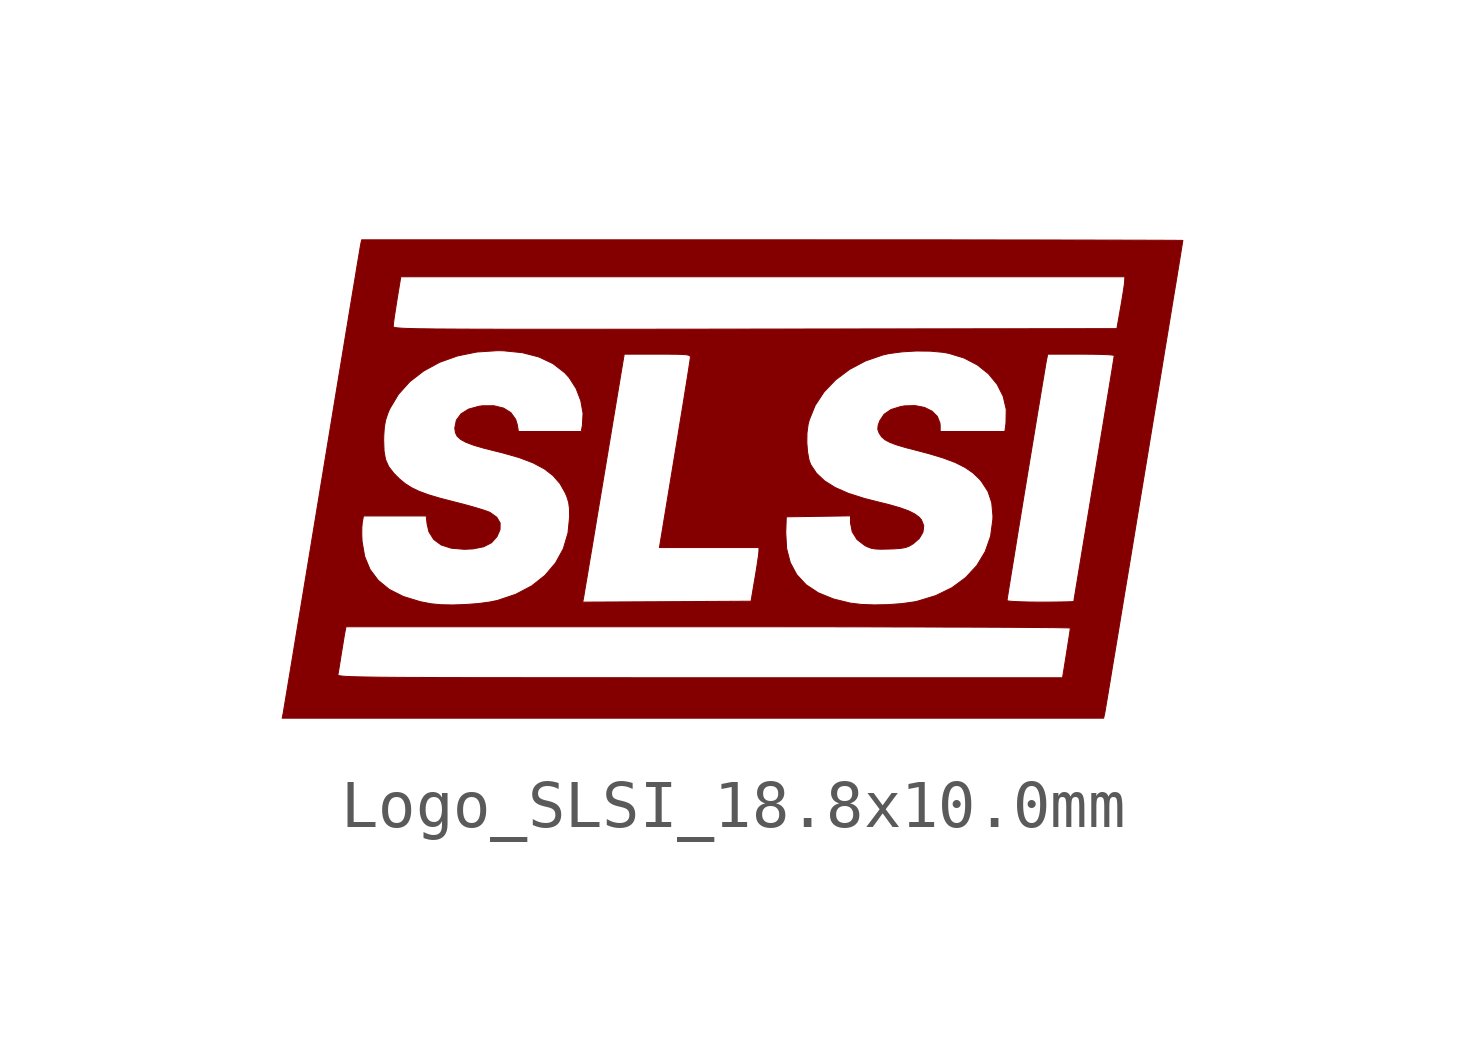
<source format=kicad_sym>
(kicad_symbol_lib
  (version 20231120)
  (generator "kicad_symbol_editor")
  (generator_version "8.0")
  (symbol "Logo_SLSI_18.8x10.0mm"
    (pin_names
      (offset 1.016))
    (property "Reference" "#SYM"
      (at 0 4.35 0)
      (effects (font (size 1.27 1.27)) (hide yes)))
    (symbol "Logo_SLSI_18.8x10.0mm_0_0"
      (polyline (pts (xy 7.751 -4.902) (xy 7.753 -4.892) (xy 7.766 -4.82) (xy 7.789 -4.683) (xy 7.822 -4.487) (xy 7.864 -4.235) (xy 7.913 -3.934) (xy 7.971 -3.589) (xy 8.035 -3.205) (xy 8.104 -2.786) (xy 8.178 -2.338) (xy 8.257 -1.866) (xy 8.338 -1.375) (xy 8.421 -0.87) (xy 8.506 -0.355) (xy 8.592 0.163) (xy 8.677 0.679) (xy 8.761 1.19) (xy 8.844 1.688) (xy 8.924 2.171) (xy 8.999 2.632) (xy 9.071 3.066) (xy 9.137 3.469) (xy 9.197 3.834) (xy 9.251 4.158) (xy 9.296 4.435) (xy 9.333 4.66) (xy 9.36 4.828) (xy 9.377 4.934) (xy 9.383 4.972) (xy 9.362 4.973) (xy 9.273 4.974) (xy 9.116 4.975) (xy 8.895 4.976) (xy 8.612 4.977) (xy 8.271 4.978) (xy 7.876 4.979) (xy 7.429 4.98) (xy 6.933 4.981) (xy 6.393 4.982) (xy 5.81 4.982) (xy 5.189 4.983) (xy 4.532 4.984) (xy 3.842 4.984) (xy 3.124 4.984) (xy 2.379 4.984) (xy 1.612 4.985) (xy 0.825 4.985) (xy -7.732 4.985) (xy -7.75 4.902) (xy -7.752 4.894) (xy -7.764 4.823) (xy -7.787 4.686) (xy -7.821 4.487) (xy -7.863 4.229) (xy -7.915 3.918) (xy -7.975 3.558) (xy -8.037 3.179) (xy -7.074 3.179) (xy -7.074 3.186) (xy -7.067 3.257) (xy -7.05 3.382) (xy -7.025 3.544) (xy -6.996 3.729) (xy -6.916 4.215) (xy 0.629 4.215) (xy 8.174 4.215) (xy 8.171 4.133) (xy 8.171 4.13) (xy 8.164 4.06) (xy 8.146 3.936) (xy 8.12 3.774) (xy 8.089 3.592) (xy 8.008 3.134) (xy 0.467 3.125) (xy -0.042 3.124) (xy -0.877 3.123) (xy -1.644 3.122) (xy -2.345 3.122) (xy -2.982 3.121) (xy -3.56 3.121) (xy -4.081 3.121) (xy -4.548 3.121) (xy -4.964 3.122) (xy -5.332 3.123) (xy -5.655 3.124) (xy -5.935 3.126) (xy -6.176 3.127) (xy -6.381 3.13) (xy -6.553 3.132) (xy -6.693 3.136) (xy -6.807 3.139) (xy -6.895 3.143) (xy -6.962 3.148) (xy -7.01 3.153) (xy -7.043 3.159) (xy -7.062 3.165) (xy -7.072 3.172) (xy -7.074 3.179) (xy -8.037 3.179) (xy -8.042 3.153) (xy -8.115 2.707) (xy -8.195 2.225) (xy -8.28 1.711) (xy -8.369 1.169) (xy -8.462 0.603) (xy -8.558 0.018) (xy -8.593 -0.192) (xy -8.688 -0.771) (xy -8.751 -1.153) (xy -7.73 -1.153) (xy -7.728 -1.008) (xy -7.719 -0.902) (xy -7.694 -0.77) (xy -7.04 -0.77) (xy -6.387 -0.77) (xy -6.368 -0.939) (xy -6.33 -1.1) (xy -6.23 -1.26) (xy -6.074 -1.375) (xy -5.861 -1.443) (xy -5.591 -1.465) (xy -5.408 -1.456) (xy -5.189 -1.412) (xy -5.025 -1.328) (xy -4.912 -1.202) (xy -4.848 -1.055) (xy -4.846 -0.916) (xy -4.916 -0.797) (xy -5.056 -0.697) (xy -5.097 -0.68) (xy -5.216 -0.639) (xy -5.381 -0.589) (xy -5.576 -0.535) (xy -5.785 -0.481) (xy -5.801 -0.477) (xy -6.103 -0.399) (xy -6.344 -0.327) (xy -6.538 -0.255) (xy -6.694 -0.18) (xy -6.827 -0.095) (xy -6.946 0.004) (xy -7.061 0.119) (xy -7.168 0.257) (xy -7.234 0.404) (xy -7.265 0.58) (xy -7.273 0.806) (xy -7.271 0.903) (xy -7.259 1.083) (xy -7.233 1.228) (xy -7.188 1.364) (xy -7.145 1.465) (xy -6.966 1.764) (xy -6.729 2.028) (xy -6.44 2.251) (xy -6.107 2.432) (xy -5.735 2.565) (xy -5.332 2.647) (xy -4.904 2.675) (xy -4.779 2.673) (xy -4.383 2.633) (xy -4.039 2.544) (xy -3.745 2.405) (xy -3.499 2.214) (xy -3.408 2.114) (xy -3.263 1.887) (xy -3.165 1.632) (xy -3.118 1.371) (xy -3.131 1.121) (xy -3.155 0.99) (xy -3.81 0.99) (xy -4.465 0.99) (xy -4.489 1.134) (xy -4.523 1.246) (xy -4.623 1.384) (xy -4.775 1.478) (xy -4.975 1.527) (xy -5.215 1.526) (xy -5.293 1.515) (xy -5.505 1.456) (xy -5.661 1.358) (xy -5.758 1.227) (xy -5.791 1.064) (xy -5.791 1.059) (xy -5.779 0.969) (xy -5.742 0.892) (xy -5.67 0.826) (xy -5.557 0.764) (xy -5.394 0.703) (xy -5.174 0.639) (xy -4.89 0.568) (xy -4.797 0.545) (xy -4.445 0.445) (xy -4.157 0.335) (xy -3.925 0.211) (xy -3.741 0.069) (xy -3.598 -0.096) (xy -3.488 -0.29) (xy -3.456 -0.366) (xy -3.418 -0.485) (xy -3.401 -0.616) (xy -3.398 -0.788) (xy -3.431 -1.123) (xy -3.529 -1.453) (xy -3.691 -1.749) (xy -3.911 -2.008) (xy -4.189 -2.228) (xy -4.522 -2.403) (xy -4.906 -2.532) (xy -5.063 -2.564) (xy -5.077 -2.566) (xy -3.125 -2.566) (xy -3.105 -2.465) (xy -3.101 -2.443) (xy -3.086 -2.351) (xy -3.06 -2.196) (xy -3.024 -1.985) (xy -2.981 -1.724) (xy -2.929 -1.419) (xy -2.872 -1.076) (xy -2.81 -0.701) (xy -2.743 -0.301) (xy -2.673 0.119) (xy -2.26 2.602) (xy -1.57 2.602) (xy -1.356 2.602) (xy -1.17 2.6) (xy -1.04 2.596) (xy -0.956 2.589) (xy -0.907 2.577) (xy -0.885 2.561) (xy -0.881 2.538) (xy -0.882 2.523) (xy -0.894 2.442) (xy -0.916 2.298) (xy -0.947 2.1) (xy -0.987 1.853) (xy -1.033 1.565) (xy -1.086 1.243) (xy -1.143 0.893) (xy -1.204 0.522) (xy -1.474 -1.115) (xy 1.107 -1.115) (xy 1.118 -0.788) (xy 1.787 -0.778) (xy 2.456 -0.768) (xy 2.456 -0.907) (xy 2.456 -0.914) (xy 2.493 -1.102) (xy 2.594 -1.263) (xy 2.753 -1.385) (xy 2.802 -1.41) (xy 2.883 -1.442) (xy 2.973 -1.458) (xy 3.093 -1.463) (xy 3.265 -1.459) (xy 3.366 -1.456) (xy 3.507 -1.445) (xy 3.607 -1.427) (xy 3.686 -1.396) (xy 3.767 -1.347) (xy 3.891 -1.238) (xy 3.967 -1.107) (xy 3.983 -0.974) (xy 3.935 -0.851) (xy 3.888 -0.797) (xy 3.797 -0.729) (xy 3.67 -0.665) (xy 3.496 -0.602) (xy 3.267 -0.536) (xy 2.974 -0.463) (xy 2.749 -0.406) (xy 2.41 -0.298) (xy 2.134 -0.176) (xy 1.915 -0.038) (xy 1.748 0.119) (xy 1.627 0.3) (xy 1.592 0.396) (xy 1.561 0.564) (xy 1.546 0.759) (xy 1.549 0.957) (xy 1.572 1.133) (xy 1.596 1.228) (xy 1.719 1.532) (xy 1.905 1.814) (xy 2.147 2.067) (xy 2.437 2.284) (xy 2.768 2.46) (xy 3.134 2.586) (xy 3.26 2.614) (xy 3.529 2.65) (xy 3.824 2.668) (xy 4.118 2.665) (xy 4.381 2.641) (xy 4.505 2.619) (xy 4.823 2.522) (xy 5.1 2.377) (xy 5.332 2.192) (xy 5.513 1.972) (xy 5.638 1.724) (xy 5.702 1.452) (xy 5.697 1.164) (xy 5.674 0.99) (xy 5 0.99) (xy 4.325 0.99) (xy 4.325 1.115) (xy 4.321 1.165) (xy 4.267 1.303) (xy 4.156 1.414) (xy 3.998 1.492) (xy 3.804 1.53) (xy 3.584 1.524) (xy 3.505 1.511) (xy 3.3 1.448) (xy 3.155 1.348) (xy 3.064 1.209) (xy 3.032 1.116) (xy 3.025 1.038) (xy 3.051 0.963) (xy 3.061 0.944) (xy 3.109 0.875) (xy 3.178 0.816) (xy 3.278 0.763) (xy 3.419 0.71) (xy 3.612 0.653) (xy 3.867 0.587) (xy 4.08 0.531) (xy 4.389 0.438) (xy 4.641 0.343) (xy 4.844 0.241) (xy 5.008 0.128) (xy 5.143 -0.001) (xy 5.185 -0.05) (xy 5.322 -0.261) (xy 5.4 -0.495) (xy 5.425 -0.768) (xy 5.423 -0.843) (xy 5.376 -1.193) (xy 5.263 -1.514) (xy 5.089 -1.803) (xy 4.857 -2.054) (xy 4.571 -2.265) (xy 4.233 -2.43) (xy 3.893 -2.534) (xy 5.718 -2.534) (xy 5.723 -2.494) (xy 5.74 -2.389) (xy 5.766 -2.226) (xy 5.801 -2.011) (xy 5.843 -1.754) (xy 5.891 -1.459) (xy 5.943 -1.135) (xy 6 -0.789) (xy 6.059 -0.427) (xy 6.12 -0.058) (xy 6.181 0.313) (xy 6.241 0.677) (xy 6.299 1.027) (xy 6.353 1.357) (xy 6.404 1.659) (xy 6.448 1.926) (xy 6.486 2.151) (xy 6.515 2.327) (xy 6.535 2.446) (xy 6.546 2.502) (xy 6.567 2.602) (xy 7.26 2.602) (xy 7.272 2.602) (xy 7.487 2.601) (xy 7.675 2.597) (xy 7.822 2.591) (xy 7.919 2.583) (xy 7.954 2.575) (xy 7.95 2.553) (xy 7.936 2.464) (xy 7.912 2.312) (xy 7.878 2.105) (xy 7.836 1.847) (xy 7.786 1.545) (xy 7.73 1.203) (xy 7.668 0.829) (xy 7.602 0.428) (xy 7.532 0.005) (xy 7.48 -0.307) (xy 7.413 -0.714) (xy 7.35 -1.095) (xy 7.292 -1.444) (xy 7.241 -1.756) (xy 7.196 -2.025) (xy 7.16 -2.244) (xy 7.133 -2.409) (xy 7.116 -2.513) (xy 7.111 -2.551) (xy 7.11 -2.551) (xy 7.071 -2.556) (xy 6.971 -2.56) (xy 6.82 -2.563) (xy 6.631 -2.565) (xy 6.414 -2.566) (xy 6.399 -2.566) (xy 6.184 -2.564) (xy 5.997 -2.559) (xy 5.849 -2.552) (xy 5.753 -2.544) (xy 5.718 -2.534) (xy 3.893 -2.534) (xy 3.849 -2.547) (xy 3.788 -2.56) (xy 3.535 -2.596) (xy 3.249 -2.618) (xy 2.957 -2.624) (xy 2.684 -2.614) (xy 2.456 -2.587) (xy 2.103 -2.501) (xy 1.786 -2.372) (xy 1.531 -2.203) (xy 1.336 -1.993) (xy 1.201 -1.742) (xy 1.125 -1.45) (xy 1.107 -1.115) (xy -1.474 -1.115) (xy -1.526 -1.429) (xy -0.488 -1.429) (xy 0.55 -1.429) (xy 0.547 -1.512) (xy 0.547 -1.517) (xy 0.539 -1.592) (xy 0.52 -1.72) (xy 0.495 -1.885) (xy 0.464 -2.071) (xy 0.383 -2.547) (xy -1.371 -2.557) (xy -3.125 -2.566) (xy -5.077 -2.566) (xy -5.303 -2.596) (xy -5.569 -2.616) (xy -5.837 -2.625) (xy -6.082 -2.62) (xy -6.28 -2.601) (xy -6.509 -2.557) (xy -6.862 -2.449) (xy -7.154 -2.302) (xy -7.385 -2.114) (xy -7.557 -1.885) (xy -7.669 -1.615) (xy -7.723 -1.303) (xy -7.73 -1.153) (xy -8.751 -1.153) (xy -8.78 -1.329) (xy -8.868 -1.863) (xy -8.951 -2.367) (xy -9.029 -2.838) (xy -9.101 -3.272) (xy -9.165 -3.663) (xy -9.222 -4.007) (xy -9.234 -4.077) (xy -8.227 -4.077) (xy -8.221 -4.046) (xy -8.204 -3.948) (xy -8.182 -3.809) (xy -8.156 -3.647) (xy -8.14 -3.549) (xy -8.114 -3.389) (xy -8.093 -3.259) (xy -8.078 -3.179) (xy -8.058 -3.079) (xy -0.51 -3.079) (xy -0.011 -3.079) (xy 0.714 -3.079) (xy 1.417 -3.08) (xy 2.095 -3.08) (xy 2.744 -3.081) (xy 3.361 -3.083) (xy 3.942 -3.084) (xy 4.484 -3.086) (xy 4.983 -3.087) (xy 5.437 -3.089) (xy 5.841 -3.091) (xy 6.192 -3.094) (xy 6.488 -3.096) (xy 6.723 -3.098) (xy 6.896 -3.101) (xy 7.002 -3.103) (xy 7.038 -3.106) (xy 7.037 -3.113) (xy 7.029 -3.177) (xy 7.011 -3.295) (xy 6.986 -3.453) (xy 6.957 -3.638) (xy 6.876 -4.142) (xy -0.682 -4.142) (xy -1.21 -4.142) (xy -2.044 -4.142) (xy -2.81 -4.141) (xy -3.51 -4.141) (xy -4.148 -4.141) (xy -4.726 -4.14) (xy -5.247 -4.14) (xy -5.713 -4.139) (xy -6.129 -4.138) (xy -6.496 -4.136) (xy -6.819 -4.135) (xy -7.099 -4.133) (xy -7.339 -4.131) (xy -7.544 -4.128) (xy -7.714 -4.125) (xy -7.855 -4.122) (xy -7.967 -4.118) (xy -8.055 -4.114) (xy -8.121 -4.109) (xy -8.168 -4.104) (xy -8.199 -4.098) (xy -8.217 -4.092) (xy -8.226 -4.085) (xy -8.227 -4.077) (xy -9.234 -4.077) (xy -9.271 -4.301) (xy -9.311 -4.54) (xy -9.341 -4.72) (xy -9.36 -4.836) (xy -9.368 -4.884) (xy -9.389 -4.985) (xy -0.828 -4.985) (xy 7.732 -4.985) (xy 7.751 -4.902)) (stroke (width 0.01) (type default)) (fill (type outline))))))
</source>
